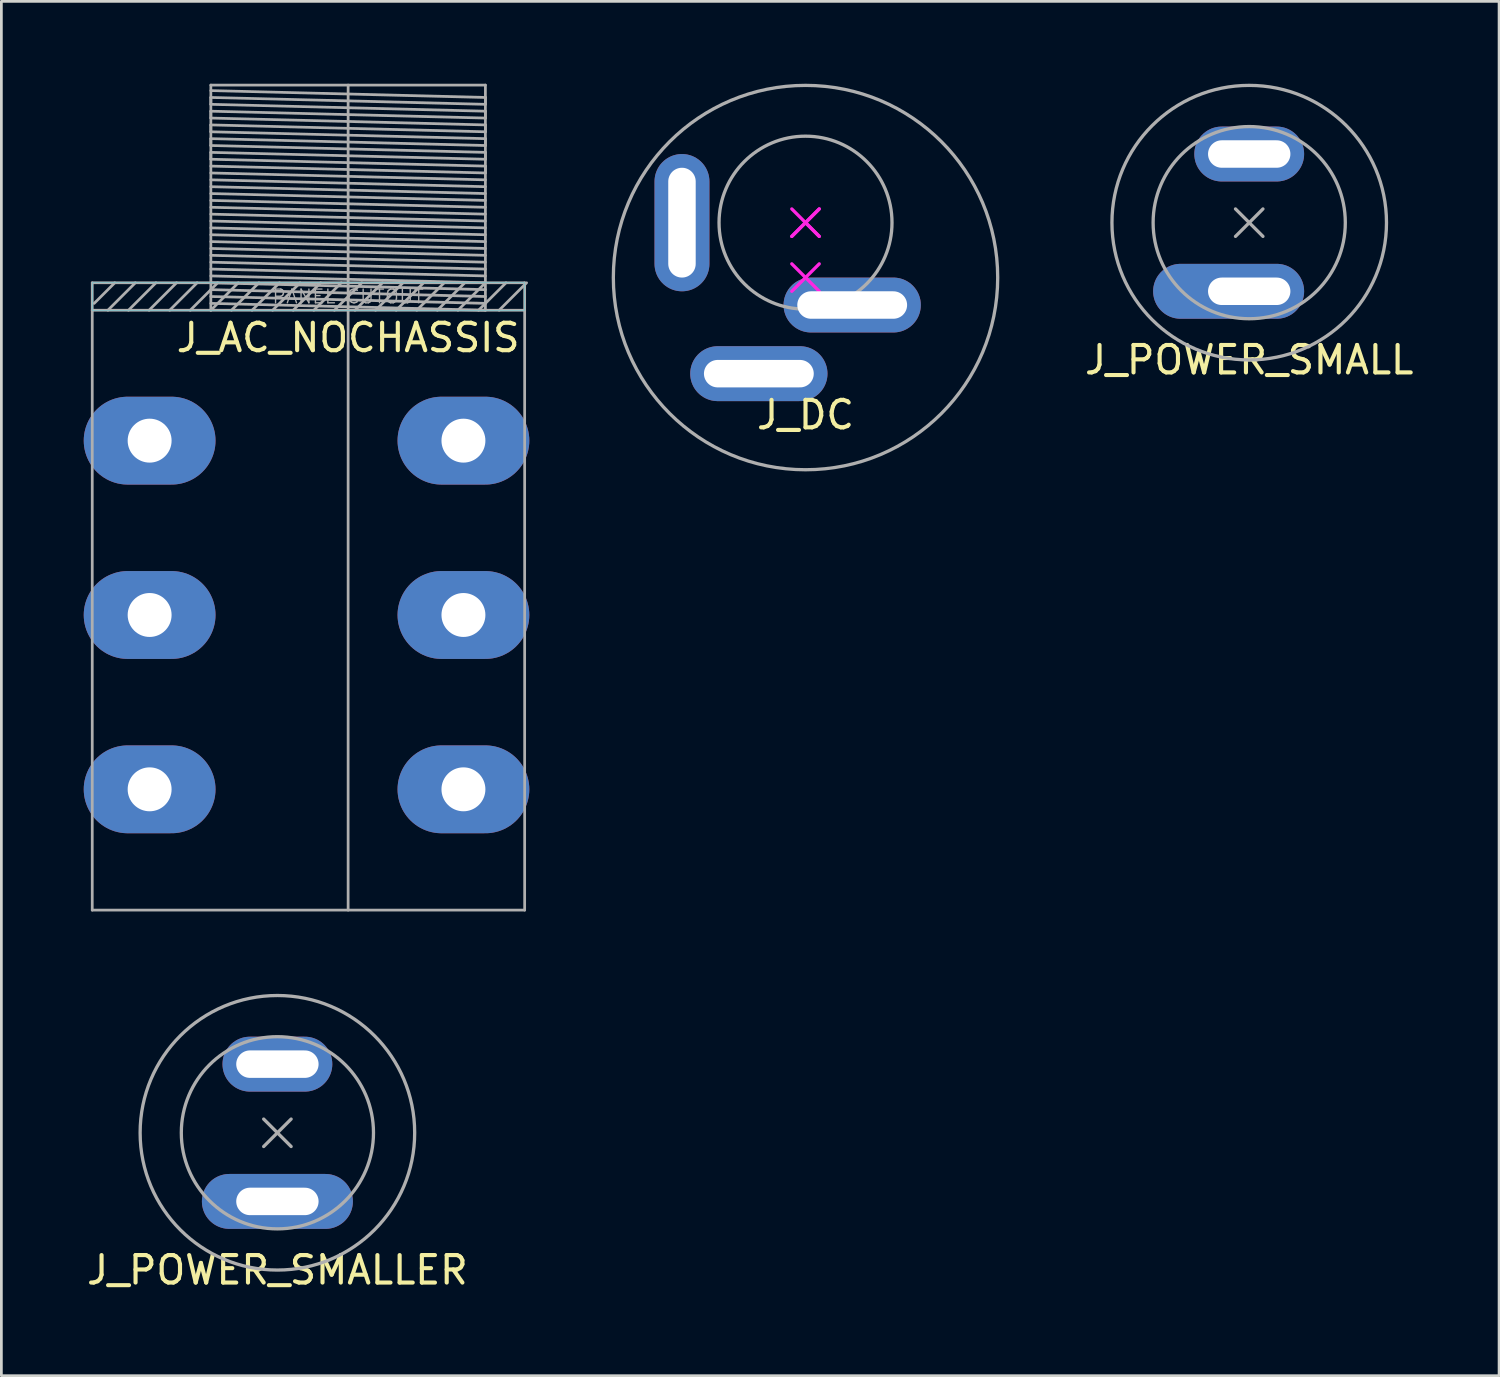
<source format=kicad_pcb>
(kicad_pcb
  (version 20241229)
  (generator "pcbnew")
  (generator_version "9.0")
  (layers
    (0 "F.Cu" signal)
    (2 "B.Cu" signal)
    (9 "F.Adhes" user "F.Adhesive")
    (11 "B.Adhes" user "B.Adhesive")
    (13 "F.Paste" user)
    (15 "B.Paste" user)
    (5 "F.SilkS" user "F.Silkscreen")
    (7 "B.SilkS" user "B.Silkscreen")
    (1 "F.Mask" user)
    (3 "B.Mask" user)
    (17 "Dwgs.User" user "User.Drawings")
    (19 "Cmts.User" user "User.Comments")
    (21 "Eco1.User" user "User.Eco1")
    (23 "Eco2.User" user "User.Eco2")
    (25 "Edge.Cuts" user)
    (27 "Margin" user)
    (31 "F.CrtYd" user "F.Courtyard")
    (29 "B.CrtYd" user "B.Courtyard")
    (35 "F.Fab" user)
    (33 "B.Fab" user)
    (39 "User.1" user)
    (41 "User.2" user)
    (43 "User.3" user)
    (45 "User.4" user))
  (footprint "J_DC"
    (layer "F.Cu")
    (at 26.29 7.06)
    (property "Reference" "J_DC" (at 0 5 0) (layer "F.SilkS") (effects (font (size 1 1) (thickness 0.15))))
    (attr through_hole)
    (fp_line (start -0.5 -1.5) (end 0 -2) (stroke (width 0.12) (type solid)) (layer "F.CrtYd"))
    (fp_line (start 0 -2) (end -0.5 -2.5) (stroke (width 0.12) (type solid)) (layer "F.CrtYd"))
    (fp_line (start 0 -2) (end -0.5 -1.5) (stroke (width 0.12) (type solid)) (layer "F.CrtYd"))
    (fp_line (start 0 -2) (end 0.5 -2.5) (stroke (width 0.12) (type solid)) (layer "F.CrtYd"))
    (fp_line (start 0 -2) (end 0.5 -1.5) (stroke (width 0.12) (type solid)) (layer "F.CrtYd"))
    (fp_line (start 0 0) (end -0.5 -0.5) (stroke (width 0.12) (type solid)) (layer "F.CrtYd"))
    (fp_line (start 0 0) (end 0.5 0.5) (stroke (width 0.12) (type solid)) (layer "F.CrtYd"))
    (fp_line (start 0.5 -2.5) (end 0 -2) (stroke (width 0.12) (type solid)) (layer "F.CrtYd"))
    (fp_line (start 0.5 -1.5) (end 0 -2) (stroke (width 0.12) (type solid)) (layer "F.CrtYd"))
    (fp_line (start 0.5 -0.5) (end -0.5 0.5) (stroke (width 0.12) (type solid)) (layer "F.CrtYd"))
    (fp_circle (center 0 -2) (end 3.15 -2) (stroke (width 0.12) (type solid)) (fill no) (layer "F.Fab"))
    (fp_circle (center 0 0) (end 7 0) (stroke (width 0.12) (type solid)) (fill no) (layer "F.Fab"))
    (pad "" connect oval (at -4.5 -2) (size 1 4) (layers "F.Mask"))
    (pad "" connect oval (at -1.7 3.5 90) (size 1 4) (layers "F.Mask"))
    (pad "" connect oval (at 1.7 1 90) (size 1 4) (layers "F.Mask"))
    (pad "1" thru_hole oval (at -4.5 -2) (size 2 5) (drill oval 1 4) (layers "B.Cu" "B.Mask"))
    (pad "2" thru_hole oval (at -1.7 3.5) (size 5 2) (drill oval 4 1) (layers "B.Cu" "B.Mask"))
    (pad "3" thru_hole oval (at 1.7 1) (size 5 2) (drill oval 4 1) (layers "B.Cu" "B.Mask")))
  (footprint "J_AC_NOCHASSIS"
    (layer "F.Cu")
    (at 9.63 8.25)
    (property "Reference" "J_AC_NOCHASSIS" (at 0 1 0) (layer "F.SilkS") (effects (font (size 1 1) (thickness 0.15))))
    (attr through_hole)
    (fp_poly (pts (xy -9.32 0) (xy -9.32 -1) (xy 6.43 -1) (xy 6.43 0)) (stroke (width 0.01) (type solid)) (fill no) (layer "B.CrtYd"))
    (fp_line (start -9.32 -1) (end 6.43 -1) (stroke (width 0.1) (type solid)) (layer "F.Fab"))
    (fp_line (start -9.32 0) (end -9.32 -1) (stroke (width 0.1) (type solid)) (layer "F.Fab"))
    (fp_line (start -9.32 21.85) (end -9.32 0) (stroke (width 0.1) (type solid)) (layer "F.Fab"))
    (fp_line (start -8.5 -1) (end -9.25 -0.25) (stroke (width 0.1) (type solid)) (layer "F.Fab"))
    (fp_line (start -8 0) (end -7 -1) (stroke (width 0.1) (type solid)) (layer "F.Fab"))
    (fp_line (start -7.75 -1) (end -8.75 0) (stroke (width 0.1) (type solid)) (layer "F.Fab"))
    (fp_line (start -6.25 -1) (end -7.25 0) (stroke (width 0.1) (type solid)) (layer "F.Fab"))
    (fp_line (start -5.5 -1) (end -6.5 0) (stroke (width 0.1) (type solid)) (layer "F.Fab"))
    (fp_line (start -5 -8.2) (end 5 -8.2) (stroke (width 0.1) (type solid)) (layer "F.Fab"))
    (fp_line (start -5 -8) (end 5 -7.75) (stroke (width 0.1) (type solid)) (layer "F.Fab"))
    (fp_line (start -5 -7.75) (end -5 -7.5) (stroke (width 0.1) (type solid)) (layer "F.Fab"))
    (fp_line (start -5 -7.5) (end 5 -7.25) (stroke (width 0.1) (type solid)) (layer "F.Fab"))
    (fp_line (start -5 -7.25) (end -5 -7) (stroke (width 0.1) (type solid)) (layer "F.Fab"))
    (fp_line (start -5 -7) (end 5 -6.75) (stroke (width 0.1) (type solid)) (layer "F.Fab"))
    (fp_line (start -5 -6.75) (end -5 -6.5) (stroke (width 0.1) (type solid)) (layer "F.Fab"))
    (fp_line (start -5 -6.5) (end 5 -6.25) (stroke (width 0.1) (type solid)) (layer "F.Fab"))
    (fp_line (start -5 -6.25) (end -5 -6) (stroke (width 0.1) (type solid)) (layer "F.Fab"))
    (fp_line (start -5 -6) (end 5 -5.75) (stroke (width 0.1) (type solid)) (layer "F.Fab"))
    (fp_line (start -5 -5.75) (end -5 -5.5) (stroke (width 0.1) (type solid)) (layer "F.Fab"))
    (fp_line (start -5 -5.5) (end 5 -5.25) (stroke (width 0.1) (type solid)) (layer "F.Fab"))
    (fp_line (start -5 -5.25) (end 5 -5) (stroke (width 0.1) (type solid)) (layer "F.Fab"))
    (fp_line (start -5 -5) (end 5 -4.75) (stroke (width 0.1) (type solid)) (layer "F.Fab"))
    (fp_line (start -5 -4.75) (end 5 -4.5) (stroke (width 0.1) (type solid)) (layer "F.Fab"))
    (fp_line (start -5 -4.5) (end 5 -4.25) (stroke (width 0.1) (type solid)) (layer "F.Fab"))
    (fp_line (start -5 -4.25) (end 5 -4) (stroke (width 0.1) (type solid)) (layer "F.Fab"))
    (fp_line (start -5 -4) (end 5 -3.75) (stroke (width 0.1) (type solid)) (layer "F.Fab"))
    (fp_line (start -5 -3.75) (end 5 -3.5) (stroke (width 0.1) (type solid)) (layer "F.Fab"))
    (fp_line (start -5 -3.5) (end 5 -3.25) (stroke (width 0.1) (type solid)) (layer "F.Fab"))
    (fp_line (start -5 -3.25) (end 5 -3) (stroke (width 0.1) (type solid)) (layer "F.Fab"))
    (fp_line (start -5 -3) (end 5 -2.75) (stroke (width 0.1) (type solid)) (layer "F.Fab"))
    (fp_line (start -5 -2.75) (end 5 -2.5) (stroke (width 0.1) (type solid)) (layer "F.Fab"))
    (fp_line (start -5 -2.5) (end 5 -2.25) (stroke (width 0.1) (type solid)) (layer "F.Fab"))
    (fp_line (start -5 -2.25) (end 5 -2) (stroke (width 0.1) (type solid)) (layer "F.Fab"))
    (fp_line (start -5 -2) (end 5 -1.75) (stroke (width 0.1) (type solid)) (layer "F.Fab"))
    (fp_line (start -5 -1.75) (end 5 -1.5) (stroke (width 0.1) (type solid)) (layer "F.Fab"))
    (fp_line (start -5 -1.5) (end 5 -1.25) (stroke (width 0.1) (type solid)) (layer "F.Fab"))
    (fp_line (start -5 -1.25) (end 5 -1) (stroke (width 0.1) (type solid)) (layer "F.Fab"))
    (fp_line (start -5 -1) (end 5 -0.75) (stroke (width 0.1) (type solid)) (layer "F.Fab"))
    (fp_line (start -5 -0.75) (end 5 -0.5) (stroke (width 0.1) (type solid)) (layer "F.Fab"))
    (fp_line (start -5 -0.5) (end 5 -0.25) (stroke (width 0.1) (type solid)) (layer "F.Fab"))
    (fp_line (start -5 -0.25) (end 5 0) (stroke (width 0.1) (type solid)) (layer "F.Fab"))
    (fp_line (start -5 0) (end -5 -8.2) (stroke (width 0.1) (type solid)) (layer "F.Fab"))
    (fp_line (start -5 0) (end -4 -1) (stroke (width 0.1) (type solid)) (layer "F.Fab"))
    (fp_line (start -4.75 -1) (end -5.75 0) (stroke (width 0.1) (type solid)) (layer "F.Fab"))
    (fp_line (start -4.25 0) (end -3.25 -1) (stroke (width 0.1) (type solid)) (layer "F.Fab"))
    (fp_line (start -3.5 0) (end -2.5 -1) (stroke (width 0.1) (type solid)) (layer "F.Fab"))
    (fp_line (start -2.75 0) (end -1.75 -1) (stroke (width 0.1) (type solid)) (layer "F.Fab"))
    (fp_line (start -2 0) (end -1 -1) (stroke (width 0.1) (type solid)) (layer "F.Fab"))
    (fp_line (start -0.5 0) (end 0.5 -1) (stroke (width 0.1) (type solid)) (layer "F.Fab"))
    (fp_line (start -0.25 -1) (end -1.25 0) (stroke (width 0.1) (type solid)) (layer "F.Fab"))
    (fp_line (start 0 0) (end -9.32 0) (stroke (width 0.1) (type solid)) (layer "F.Fab"))
    (fp_line (start 0 0) (end 6.43 0) (stroke (width 0.1) (type solid)) (layer "F.Fab"))
    (fp_line (start 0 21.85) (end 0 -8.2) (stroke (width 0.1) (type solid)) (layer "F.Fab"))
    (fp_line (start 1 0) (end 2 -1) (stroke (width 0.1) (type solid)) (layer "F.Fab"))
    (fp_line (start 1.25 -1) (end 0.25 0) (stroke (width 0.1) (type solid)) (layer "F.Fab"))
    (fp_line (start 2.5 0) (end 3.5 -1) (stroke (width 0.1) (type solid)) (layer "F.Fab"))
    (fp_line (start 2.75 -1) (end 1.75 0) (stroke (width 0.1) (type solid)) (layer "F.Fab"))
    (fp_line (start 4 0) (end 5 -1) (stroke (width 0.1) (type solid)) (layer "F.Fab"))
    (fp_line (start 4.25 -1) (end 3.25 0) (stroke (width 0.1) (type solid)) (layer "F.Fab"))
    (fp_line (start 4.75 0) (end 5.75 -1) (stroke (width 0.1) (type solid)) (layer "F.Fab"))
    (fp_line (start 5 -8.2) (end 5 0) (stroke (width 0.1) (type solid)) (layer "F.Fab"))
    (fp_line (start 5 -7.75) (end 5 -7.5) (stroke (width 0.1) (type solid)) (layer "F.Fab"))
    (fp_line (start 5 -7.5) (end -5 -7.75) (stroke (width 0.1) (type solid)) (layer "F.Fab"))
    (fp_line (start 5 -7.25) (end 5 -7) (stroke (width 0.1) (type solid)) (layer "F.Fab"))
    (fp_line (start 5 -7) (end -5 -7.25) (stroke (width 0.1) (type solid)) (layer "F.Fab"))
    (fp_line (start 5 -6.75) (end 5 -6.5) (stroke (width 0.1) (type solid)) (layer "F.Fab"))
    (fp_line (start 5 -6.5) (end -5 -6.75) (stroke (width 0.1) (type solid)) (layer "F.Fab"))
    (fp_line (start 5 -6.25) (end 5 -6) (stroke (width 0.1) (type solid)) (layer "F.Fab"))
    (fp_line (start 5 -6) (end -5 -6.25) (stroke (width 0.1) (type solid)) (layer "F.Fab"))
    (fp_line (start 5 -5.75) (end 5 -5.5) (stroke (width 0.1) (type solid)) (layer "F.Fab"))
    (fp_line (start 5 -5.5) (end -5 -5.75) (stroke (width 0.1) (type solid)) (layer "F.Fab"))
    (fp_line (start 5 -5.25) (end 5 -5) (stroke (width 0.1) (type solid)) (layer "F.Fab"))
    (fp_line (start 5.5 0) (end 6.5 -1) (stroke (width 0.1) (type solid)) (layer "F.Fab"))
    (fp_line (start 6.43 -1) (end 6.43 0) (stroke (width 0.1) (type solid)) (layer "F.Fab"))
    (fp_line (start 6.43 0) (end 6.43 21.85) (stroke (width 0.1) (type solid)) (layer "F.Fab"))
    (fp_line (start 6.43 21.85) (end -9.32 21.85) (stroke (width 0.1) (type solid)) (layer "F.Fab"))
    (fp_text user "PANEL CUTOUT" (at 0 -0.5 0) (layer "F.Fab") (effects (font (size 0.5 0.5) (thickness 0.05))))
    (pad "" connect circle (at -7.23 4.75) (size 1.6 1.6) (layers "F.Mask"))
    (pad "" connect circle (at -7.23 11.1) (size 1.6 1.6) (layers "F.Mask"))
    (pad "" connect circle (at -7.23 17.45) (size 1.6 1.6) (layers "F.Mask"))
    (pad "" connect circle (at 4.2 4.75) (size 1.6 1.6) (layers "F.Mask"))
    (pad "" connect circle (at 4.2 11.1) (size 1.6 1.6) (layers "F.Mask"))
    (pad "" connect circle (at 4.2 17.45) (size 1.6 1.6) (layers "F.Mask"))
    (pad "R" thru_hole oval (at -7.23 11.1) (size 4.8 3.2) (drill 1.6) (layers "B.Cu" "B.Mask"))
    (pad "RN" thru_hole oval (at 4.2 11.1) (size 4.8 3.2) (drill 1.6) (layers "B.Cu" "B.Mask"))
    (pad "S" thru_hole oval (at -7.23 4.75) (size 4.8 3.2) (drill 1.6) (layers "B.Cu" "B.Mask"))
    (pad "SN" thru_hole oval (at 4.2 4.75) (size 4.8 3.2) (drill 1.6) (layers "B.Cu" "B.Mask"))
    (pad "T" thru_hole oval (at -7.23 17.45) (size 4.8 3.2) (drill 1.6) (layers "B.Cu" "B.Mask"))
    (pad "TN" thru_hole oval (at 4.2 17.45) (size 4.8 3.2) (drill 1.6) (layers "B.Cu" "B.Mask")))
  (footprint "J_POWER_SMALL"
    (layer "F.Cu")
    (at 42.451 5.06)
    (property "Reference" "J_POWER_SMALL" (at 0 5 0) (layer "F.SilkS") (effects (font (size 1 1) (thickness 0.15))))
    (attr through_hole)
    (fp_line (start 0 0) (end -0.5 -0.5) (stroke (width 0.12) (type solid)) (layer "F.Fab"))
    (fp_line (start 0 0) (end 0.5 0.5) (stroke (width 0.12) (type solid)) (layer "F.Fab"))
    (fp_line (start 0.5 -0.5) (end -0.5 0.5) (stroke (width 0.12) (type solid)) (layer "F.Fab"))
    (fp_circle (center 0 0) (end 3.5 0) (stroke (width 0.12) (type solid)) (fill no) (layer "F.Fab"))
    (fp_circle (center 0 0) (end 5 0) (stroke (width 0.12) (type solid)) (fill no) (layer "F.Fab"))
    (pad "1" thru_hole oval (at 0 -2.5 90) (size 2 4) (drill oval 1 3) (layers "*.Cu" "*.Mask"))
    (pad "2" thru_hole oval (at 0 2.5) (size 5.5 2) (drill oval 3 1 (offset -0.75 0)) (layers "*.Cu" "*.Mask")))
  (footprint "J_POWER_SMALLER"
    (layer "F.Cu")
    (at 7.054 38.21)
    (property "Reference" "J_POWER_SMALLER" (at 0 5 0) (layer "F.SilkS") (effects (font (size 1 1) (thickness 0.15))))
    (attr through_hole)
    (fp_line (start 0 0) (end -0.5 -0.5) (stroke (width 0.12) (type solid)) (layer "F.Fab"))
    (fp_line (start 0 0) (end 0.5 0.5) (stroke (width 0.12) (type solid)) (layer "F.Fab"))
    (fp_line (start 0.5 -0.5) (end -0.5 0.5) (stroke (width 0.12) (type solid)) (layer "F.Fab"))
    (fp_circle (center 0 0) (end 3.5 0) (stroke (width 0.12) (type solid)) (fill no) (layer "F.Fab"))
    (fp_circle (center 0 0) (end 5 0) (stroke (width 0.12) (type solid)) (fill no) (layer "F.Fab"))
    (pad "1" thru_hole oval (at 0 -2.5 90) (size 2 4) (drill oval 1 3) (layers "*.Cu" "*.Mask"))
    (pad "2" thru_hole oval (at 0 2.5) (size 5.5 2) (drill oval 3 1) (layers "*.Cu" "*.Mask")))
  (gr_rect
    (start -3 -3)
    (end 51.552 47.058)
    (stroke (width 0.1) (type default))
    (fill no)
    (layer "Edge.Cuts")))
</source>
